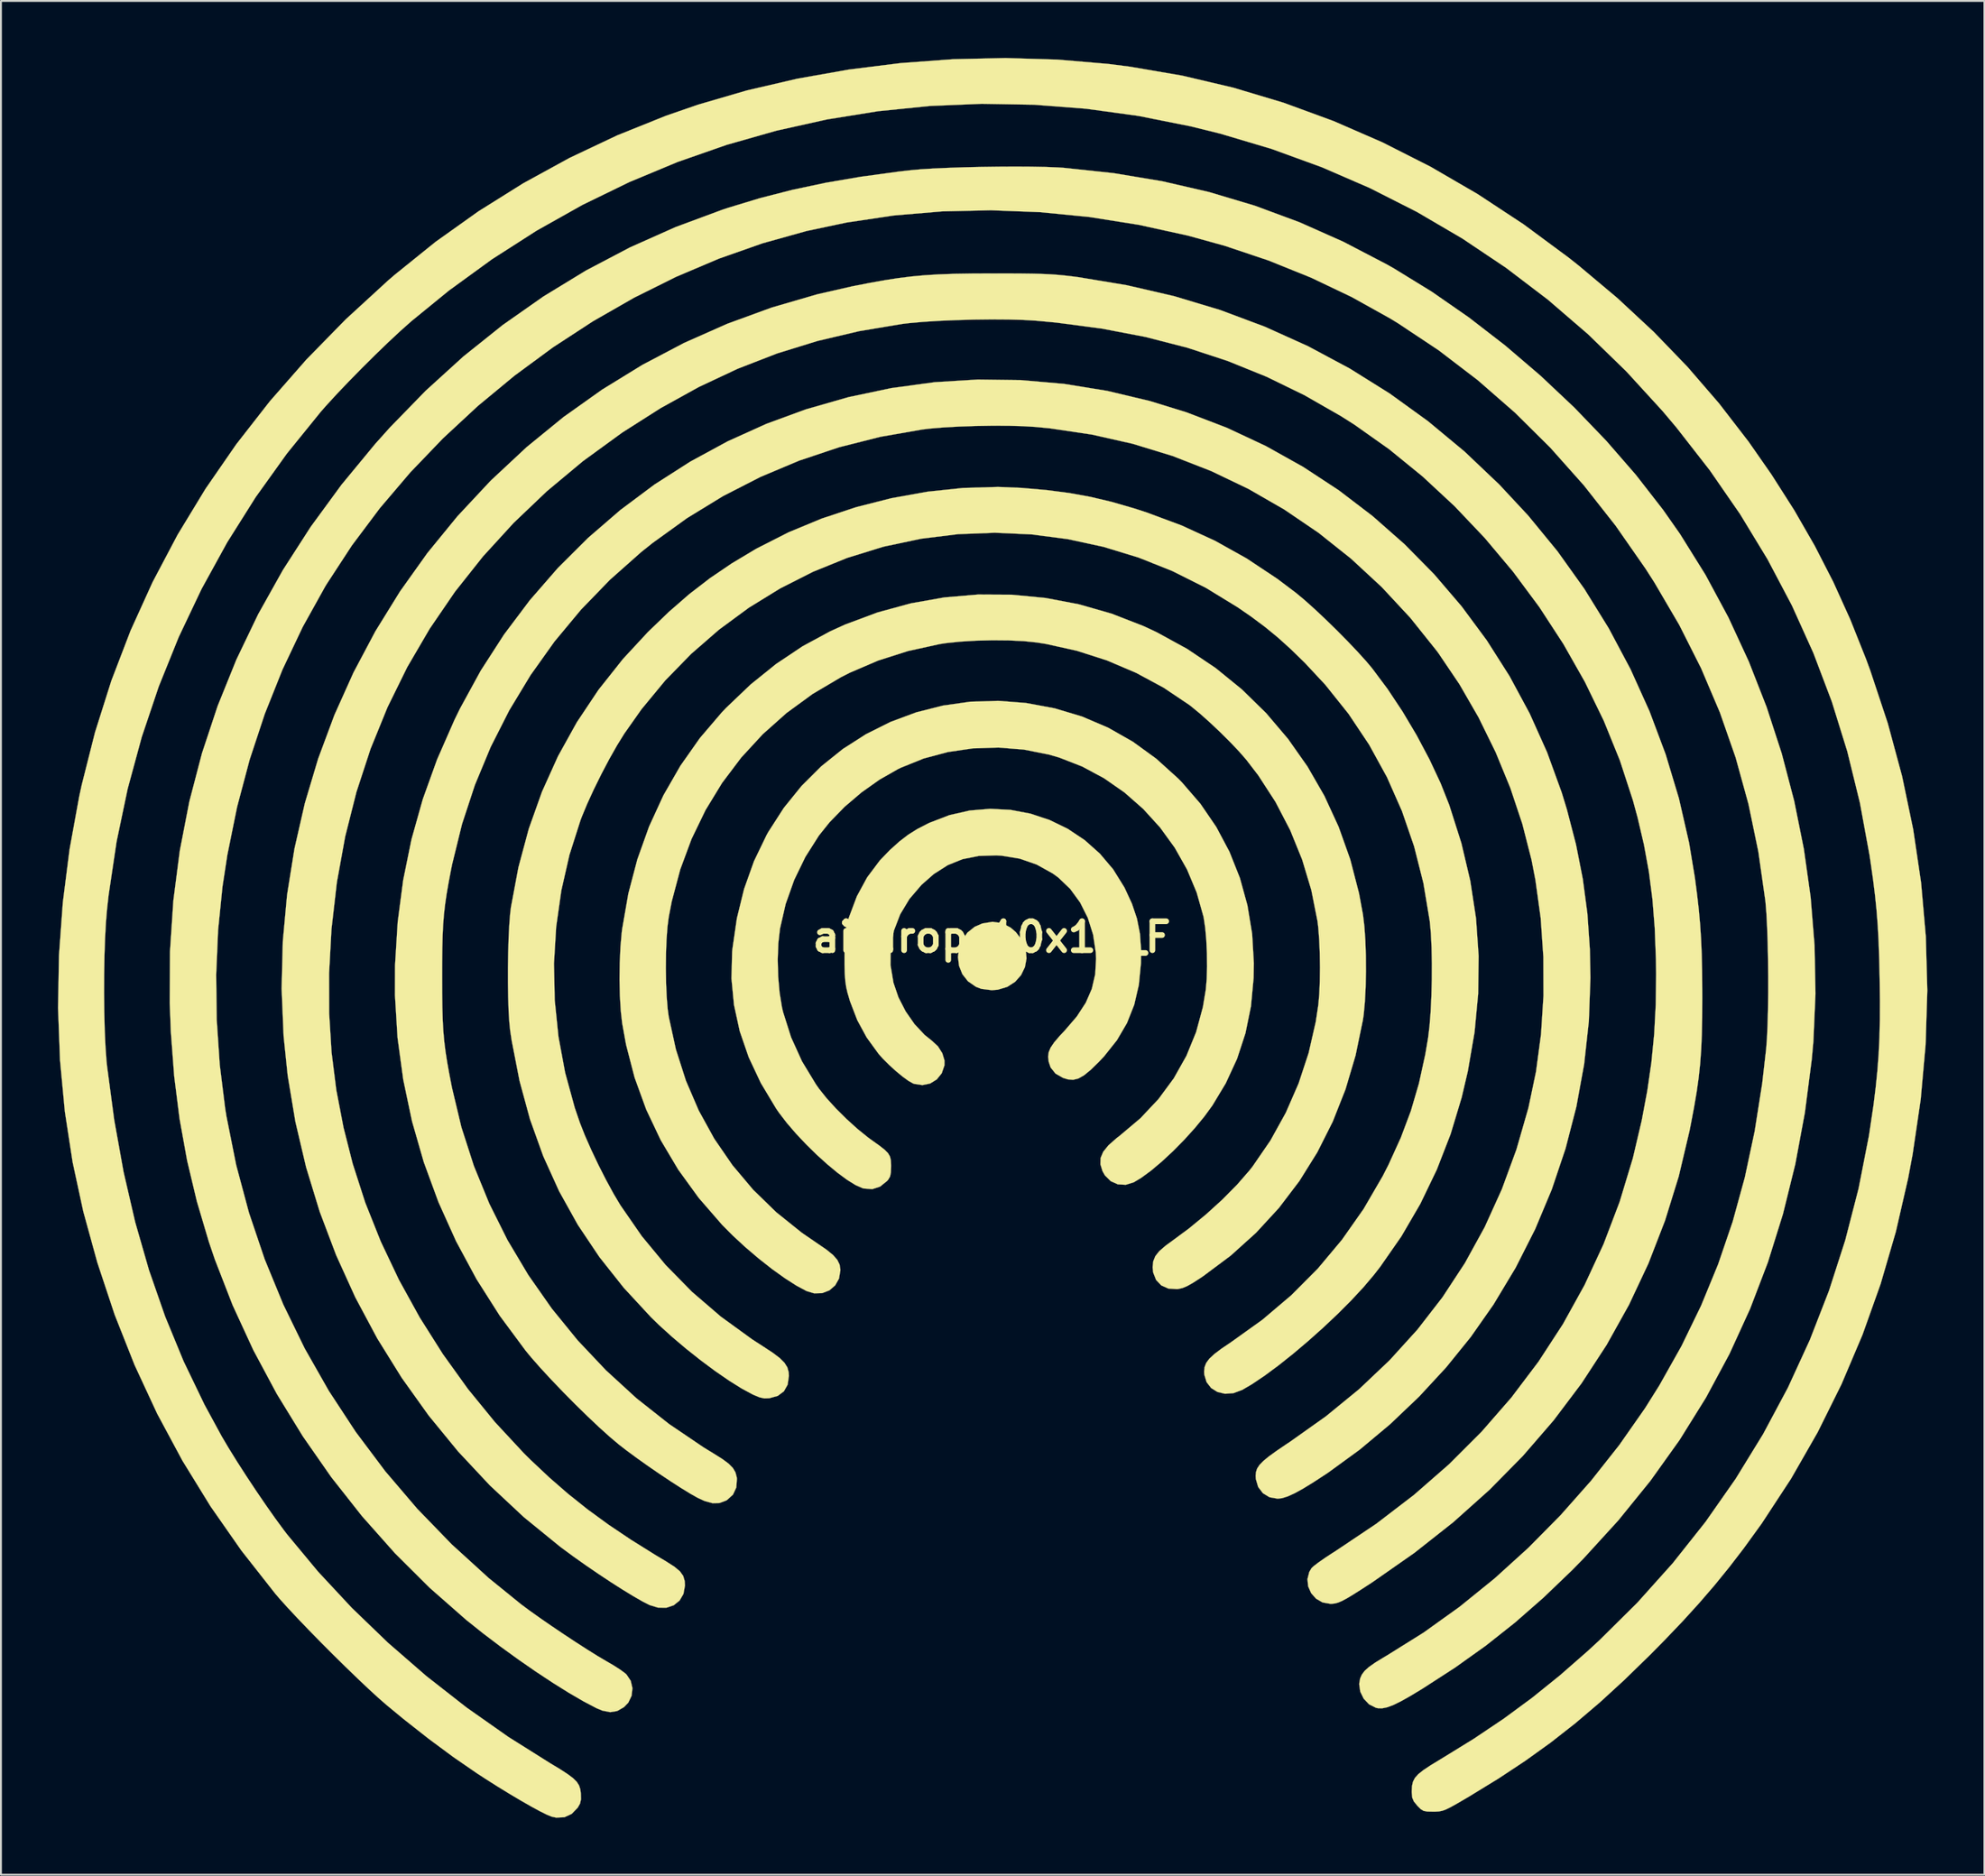
<source format=kicad_pcb>
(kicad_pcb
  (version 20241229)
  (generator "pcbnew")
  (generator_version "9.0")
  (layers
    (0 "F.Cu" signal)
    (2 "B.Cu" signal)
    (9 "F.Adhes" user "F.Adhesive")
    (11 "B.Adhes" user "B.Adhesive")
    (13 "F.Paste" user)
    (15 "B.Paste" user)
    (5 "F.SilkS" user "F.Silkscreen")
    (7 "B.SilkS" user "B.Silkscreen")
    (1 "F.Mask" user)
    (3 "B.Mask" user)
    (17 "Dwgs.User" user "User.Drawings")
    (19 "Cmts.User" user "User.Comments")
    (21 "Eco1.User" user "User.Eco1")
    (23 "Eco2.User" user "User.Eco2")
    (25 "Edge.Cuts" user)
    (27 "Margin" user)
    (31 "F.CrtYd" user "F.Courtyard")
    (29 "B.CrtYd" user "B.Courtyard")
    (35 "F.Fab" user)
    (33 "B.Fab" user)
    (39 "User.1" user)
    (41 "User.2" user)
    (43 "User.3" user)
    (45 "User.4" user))
  (footprint "airdrop_10x10_F"
    (layer "F.Cu")
    (at 49.117 46.259)
    (property "Reference" "airdrop_10x10_F" (at 0 0 0) (layer "F.SilkS") (effects (font (size 1.524 1.524) (thickness 0.3))))
    (attr through_hole)
    (fp_poly (pts (xy 0.537 -0.736) (xy 0.99 -0.503) (xy 1.27 -0.262) (xy 1.604 0.174) (xy 1.788 0.642) (xy 1.833 1.119) (xy 1.748 1.578) (xy 1.545 1.998) (xy 1.233 2.351) (xy 0.822 2.616) (xy 0.322 2.767) (xy 0 2.792) (xy -0.545 2.722) (xy -0.829 2.614) (xy -1.247 2.324) (xy -1.542 1.949) (xy -1.716 1.515) (xy -1.774 1.052) (xy -1.717 0.587) (xy -1.549 0.147) (xy -1.273 -0.24) (xy -0.89 -0.545) (xy -0.492 -0.717) (xy 0.047 -0.806) (xy 0.537 -0.736)) (stroke (width 0.01) (type solid)) (fill yes) (layer "F.SilkS"))
    (fp_poly (pts (xy 0.991 -6.695) (xy 2.039 -6.497) (xy 3.048 -6.162) (xy 4.003 -5.697) (xy 4.889 -5.106) (xy 5.689 -4.394) (xy 6.389 -3.567) (xy 6.971 -2.63) (xy 6.998 -2.579) (xy 7.377 -1.759) (xy 7.64 -0.979) (xy 7.797 -0.187) (xy 7.859 0.667) (xy 7.851 1.376) (xy 7.74 2.516) (xy 7.498 3.558) (xy 7.117 4.52) (xy 6.59 5.421) (xy 5.908 6.278) (xy 5.63 6.573) (xy 5.209 6.983) (xy 4.862 7.267) (xy 4.563 7.438) (xy 4.286 7.507) (xy 4.006 7.485) (xy 3.756 7.408) (xy 3.359 7.182) (xy 3.101 6.86) (xy 3 6.56) (xy 2.97 6.297) (xy 2.999 6.058) (xy 3.101 5.814) (xy 3.29 5.536) (xy 3.581 5.196) (xy 3.851 4.908) (xy 4.478 4.178) (xy 4.948 3.457) (xy 5.268 2.723) (xy 5.446 1.955) (xy 5.492 1.132) (xy 5.477 0.805) (xy 5.336 -0.132) (xy 5.056 -1.015) (xy 4.651 -1.823) (xy 4.13 -2.537) (xy 3.505 -3.135) (xy 3.208 -3.351) (xy 2.363 -3.82) (xy 1.474 -4.129) (xy 0.523 -4.284) (xy 0.248 -4.301) (xy -0.683 -4.272) (xy -1.53 -4.103) (xy -2.312 -3.787) (xy -3.048 -3.317) (xy -3.689 -2.754) (xy -4.327 -2.009) (xy -4.813 -1.202) (xy -5.143 -0.345) (xy -5.314 0.55) (xy -5.323 1.472) (xy -5.167 2.404) (xy -4.905 3.17) (xy -4.526 3.908) (xy -4.058 4.581) (xy -3.524 5.15) (xy -3.145 5.453) (xy -2.827 5.748) (xy -2.598 6.109) (xy -2.483 6.49) (xy -2.484 6.745) (xy -2.628 7.164) (xy -2.891 7.489) (xy -3.24 7.703) (xy -3.645 7.786) (xy -4.074 7.722) (xy -4.143 7.696) (xy -4.376 7.565) (xy -4.686 7.339) (xy -5.039 7.048) (xy -5.397 6.722) (xy -5.727 6.393) (xy -5.951 6.14) (xy -6.576 5.28) (xy -7.07 4.37) (xy -7.455 3.368) (xy -7.586 2.921) (xy -7.654 2.626) (xy -7.7 2.308) (xy -7.728 1.928) (xy -7.74 1.447) (xy -7.741 1.016) (xy -7.736 0.489) (xy -7.723 0.089) (xy -7.696 -0.227) (xy -7.652 -0.502) (xy -7.585 -0.778) (xy -7.508 -1.04) (xy -7.091 -2.148) (xy -6.551 -3.143) (xy -5.883 -4.034) (xy -5.353 -4.584) (xy -4.852 -5.034) (xy -4.392 -5.388) (xy -3.913 -5.688) (xy -3.356 -5.975) (xy -3.265 -6.018) (xy -2.223 -6.418) (xy -1.155 -6.661) (xy -0.079 -6.751) (xy 0.991 -6.695)) (stroke (width 0.01) (type solid)) (fill yes) (layer "F.SilkS"))
    (fp_poly (pts (xy 1.795 -12.32) (xy 3.313 -12.038) (xy 4.757 -11.605) (xy 6.128 -11.019) (xy 7.427 -10.28) (xy 8.655 -9.388) (xy 9.813 -8.341) (xy 10.005 -8.145) (xy 10.979 -7.017) (xy 11.814 -5.796) (xy 12.507 -4.492) (xy 13.055 -3.115) (xy 13.453 -1.672) (xy 13.7 -0.173) (xy 13.79 1.372) (xy 13.777 2.151) (xy 13.638 3.639) (xy 13.35 5.051) (xy 12.909 6.398) (xy 12.313 7.689) (xy 11.613 8.852) (xy 11.187 9.437) (xy 10.683 10.049) (xy 10.126 10.665) (xy 9.541 11.259) (xy 8.952 11.806) (xy 8.386 12.283) (xy 7.867 12.665) (xy 7.476 12.899) (xy 7.052 13.032) (xy 6.636 13.008) (xy 6.261 12.84) (xy 5.958 12.539) (xy 5.83 12.313) (xy 5.721 11.955) (xy 5.73 11.622) (xy 5.868 11.294) (xy 6.144 10.953) (xy 6.567 10.58) (xy 6.731 10.454) (xy 7.823 9.533) (xy 8.774 8.522) (xy 9.582 7.426) (xy 10.243 6.25) (xy 10.754 5) (xy 11.111 3.681) (xy 11.264 2.761) (xy 11.312 2.201) (xy 11.331 1.546) (xy 11.323 0.847) (xy 11.29 0.154) (xy 11.234 -0.481) (xy 11.156 -1.008) (xy 11.14 -1.087) (xy 10.783 -2.35) (xy 10.276 -3.561) (xy 9.63 -4.705) (xy 8.858 -5.77) (xy 7.973 -6.743) (xy 6.987 -7.61) (xy 5.912 -8.359) (xy 4.761 -8.977) (xy 3.546 -9.451) (xy 3.006 -9.607) (xy 1.685 -9.868) (xy 0.345 -9.975) (xy -0.994 -9.931) (xy -2.309 -9.738) (xy -3.58 -9.398) (xy -4.783 -8.912) (xy -4.929 -8.841) (xy -5.898 -8.288) (xy -6.846 -7.617) (xy -7.735 -6.859) (xy -8.526 -6.047) (xy -9.088 -5.346) (xy -9.802 -4.22) (xy -10.39 -3.007) (xy -10.839 -1.742) (xy -11.134 -0.459) (xy -11.138 -0.435) (xy -11.225 0.331) (xy -11.256 1.185) (xy -11.233 2.068) (xy -11.158 2.923) (xy -11.033 3.693) (xy -10.976 3.937) (xy -10.553 5.272) (xy -9.978 6.538) (xy -9.246 7.746) (xy -9.083 7.978) (xy -8.686 8.476) (xy -8.188 9.023) (xy -7.629 9.578) (xy -7.053 10.099) (xy -6.501 10.545) (xy -6.305 10.688) (xy -5.909 10.97) (xy -5.632 11.188) (xy -5.453 11.37) (xy -5.351 11.545) (xy -5.304 11.742) (xy -5.292 11.991) (xy -5.292 12.067) (xy -5.303 12.386) (xy -5.346 12.596) (xy -5.44 12.757) (xy -5.503 12.831) (xy -5.873 13.128) (xy -6.28 13.26) (xy -6.725 13.227) (xy -6.796 13.208) (xy -7.159 13.048) (xy -7.603 12.773) (xy -8.107 12.401) (xy -8.648 11.952) (xy -9.207 11.446) (xy -9.761 10.902) (xy -10.291 10.34) (xy -10.774 9.779) (xy -11.189 9.238) (xy -11.336 9.025) (xy -12.144 7.677) (xy -12.783 6.317) (xy -13.254 4.947) (xy -13.555 3.566) (xy -13.688 2.175) (xy -13.652 0.774) (xy -13.639 0.635) (xy -13.404 -0.987) (xy -13.024 -2.534) (xy -12.502 -3.998) (xy -11.84 -5.371) (xy -11.751 -5.53) (xy -10.936 -6.798) (xy -10.003 -7.952) (xy -8.964 -8.988) (xy -7.829 -9.899) (xy -6.611 -10.679) (xy -5.32 -11.324) (xy -3.967 -11.827) (xy -2.563 -12.183) (xy -1.121 -12.387) (xy 0.35 -12.432) (xy 1.795 -12.32)) (stroke (width 0.01) (type solid)) (fill yes) (layer "F.SilkS"))
    (fp_poly (pts (xy 1.064 -18.015) (xy 2.833 -17.845) (xy 4.582 -17.513) (xy 6.302 -17.021) (xy 7.98 -16.369) (xy 8.678 -16.043) (xy 10.283 -15.164) (xy 11.781 -14.157) (xy 13.168 -13.028) (xy 14.438 -11.784) (xy 15.586 -10.432) (xy 16.608 -8.98) (xy 17.498 -7.435) (xy 18.25 -5.803) (xy 18.86 -4.092) (xy 19.322 -2.309) (xy 19.53 -1.182) (xy 19.604 -0.569) (xy 19.655 0.164) (xy 19.683 0.971) (xy 19.688 1.81) (xy 19.671 2.635) (xy 19.631 3.403) (xy 19.569 4.069) (xy 19.527 4.36) (xy 19.141 6.225) (xy 18.611 8.01) (xy 17.939 9.71) (xy 17.129 11.32) (xy 16.184 12.835) (xy 15.108 14.25) (xy 13.902 15.56) (xy 12.571 16.76) (xy 11.118 17.844) (xy 10.986 17.933) (xy 10.587 18.19) (xy 10.284 18.361) (xy 10.041 18.463) (xy 9.82 18.513) (xy 9.752 18.521) (xy 9.297 18.493) (xy 8.922 18.326) (xy 8.648 18.037) (xy 8.494 17.645) (xy 8.467 17.37) (xy 8.498 17.06) (xy 8.607 16.789) (xy 8.815 16.525) (xy 9.142 16.242) (xy 9.44 16.024) (xy 10.372 15.335) (xy 11.283 14.585) (xy 12.14 13.805) (xy 12.913 13.022) (xy 13.57 12.267) (xy 13.728 12.065) (xy 14.665 10.701) (xy 15.474 9.238) (xy 16.146 7.697) (xy 16.673 6.099) (xy 17.047 4.465) (xy 17.184 3.558) (xy 17.233 3.002) (xy 17.261 2.331) (xy 17.27 1.596) (xy 17.259 0.846) (xy 17.229 0.133) (xy 17.181 -0.496) (xy 17.14 -0.836) (xy 16.816 -2.47) (xy 16.334 -4.074) (xy 15.702 -5.63) (xy 14.929 -7.116) (xy 14.023 -8.513) (xy 13.39 -9.338) (xy 13.009 -9.774) (xy 12.537 -10.271) (xy 12.011 -10.793) (xy 11.47 -11.304) (xy 10.951 -11.766) (xy 10.493 -12.143) (xy 10.389 -12.223) (xy 9.043 -13.126) (xy 7.594 -13.907) (xy 6.065 -14.558) (xy 4.48 -15.067) (xy 2.863 -15.426) (xy 2.371 -15.504) (xy 1.697 -15.574) (xy 0.907 -15.612) (xy 0.052 -15.62) (xy -0.816 -15.599) (xy -1.648 -15.549) (xy -2.392 -15.472) (xy -2.744 -15.418) (xy -4.405 -15.052) (xy -5.971 -14.553) (xy -7.457 -13.916) (xy -7.935 -13.673) (xy -9.42 -12.795) (xy -10.792 -11.793) (xy -12.046 -10.675) (xy -13.178 -9.446) (xy -14.182 -8.114) (xy -15.054 -6.684) (xy -15.789 -5.165) (xy -16.383 -3.562) (xy -16.83 -1.882) (xy -16.989 -1.058) (xy -17.057 -0.529) (xy -17.105 0.126) (xy -17.133 0.863) (xy -17.141 1.639) (xy -17.129 2.411) (xy -17.097 3.136) (xy -17.046 3.771) (xy -16.989 4.191) (xy -16.612 5.912) (xy -16.084 7.559) (xy -15.41 9.127) (xy -14.594 10.609) (xy -13.639 11.999) (xy -12.55 13.292) (xy -11.329 14.481) (xy -9.982 15.561) (xy -9.162 16.123) (xy -8.685 16.45) (xy -8.344 16.729) (xy -8.122 16.982) (xy -8 17.232) (xy -7.959 17.499) (xy -7.959 17.526) (xy -8.032 17.967) (xy -8.235 18.326) (xy -8.538 18.587) (xy -8.914 18.731) (xy -9.337 18.743) (xy -9.737 18.624) (xy -10.274 18.336) (xy -10.892 17.939) (xy -11.563 17.457) (xy -12.259 16.909) (xy -12.953 16.318) (xy -13.616 15.706) (xy -14.181 15.137) (xy -15.41 13.721) (xy -16.486 12.237) (xy -17.408 10.685) (xy -18.174 9.069) (xy -18.783 7.391) (xy -19.234 5.653) (xy -19.437 4.53) (xy -19.511 3.865) (xy -19.558 3.082) (xy -19.576 2.23) (xy -19.565 1.359) (xy -19.527 0.518) (xy -19.46 -0.245) (xy -19.438 -0.423) (xy -19.113 -2.289) (xy -18.64 -4.088) (xy -18.023 -5.815) (xy -17.267 -7.461) (xy -16.373 -9.017) (xy -15.348 -10.475) (xy -14.193 -11.828) (xy -13.976 -12.056) (xy -12.678 -13.295) (xy -11.337 -14.375) (xy -9.944 -15.306) (xy -8.484 -16.096) (xy -7.705 -16.449) (xy -5.996 -17.086) (xy -4.255 -17.561) (xy -2.491 -17.874) (xy -0.714 -18.025) (xy 1.064 -18.015)) (stroke (width 0.01) (type solid)) (fill yes) (layer "F.SilkS"))
    (fp_poly (pts (xy 1.586 -23.636) (xy 2.885 -23.522) (xy 4.069 -23.369) (xy 5.192 -23.166) (xy 6.305 -22.902) (xy 7.462 -22.568) (xy 8.128 -22.353) (xy 9.992 -21.66) (xy 11.745 -20.855) (xy 13.414 -19.923) (xy 15.029 -18.849) (xy 16.002 -18.115) (xy 16.452 -17.741) (xy 16.978 -17.27) (xy 17.552 -16.731) (xy 18.141 -16.156) (xy 18.717 -15.573) (xy 19.249 -15.013) (xy 19.707 -14.506) (xy 20.015 -14.139) (xy 20.823 -13.057) (xy 21.611 -11.87) (xy 22.354 -10.62) (xy 23.03 -9.347) (xy 23.616 -8.094) (xy 24.072 -6.943) (xy 24.706 -4.948) (xy 25.174 -2.967) (xy 25.477 -0.99) (xy 25.615 0.991) (xy 25.59 2.986) (xy 25.4 5.003) (xy 25.047 7.053) (xy 24.722 8.439) (xy 24.142 10.362) (xy 23.415 12.232) (xy 22.548 14.033) (xy 21.55 15.746) (xy 20.431 17.354) (xy 20.099 17.78) (xy 19.554 18.424) (xy 18.913 19.113) (xy 18.2 19.828) (xy 17.438 20.547) (xy 16.649 21.252) (xy 15.856 21.923) (xy 15.082 22.539) (xy 14.35 23.081) (xy 13.682 23.529) (xy 13.174 23.826) (xy 12.716 23.995) (xy 12.275 24.027) (xy 11.875 23.932) (xy 11.544 23.725) (xy 11.305 23.417) (xy 11.185 23.02) (xy 11.176 22.861) (xy 11.201 22.623) (xy 11.286 22.403) (xy 11.45 22.182) (xy 11.711 21.94) (xy 12.085 21.657) (xy 12.589 21.316) (xy 14.237 20.137) (xy 15.761 18.844) (xy 17.158 17.44) (xy 18.425 15.927) (xy 19.563 14.307) (xy 20.567 12.581) (xy 20.874 11.98) (xy 21.523 10.554) (xy 22.053 9.142) (xy 22.476 7.699) (xy 22.81 6.174) (xy 22.959 5.292) (xy 23.033 4.676) (xy 23.091 3.934) (xy 23.131 3.108) (xy 23.153 2.239) (xy 23.156 1.37) (xy 23.14 0.543) (xy 23.104 -0.203) (xy 23.047 -0.823) (xy 23.044 -0.847) (xy 22.711 -2.842) (xy 22.223 -4.772) (xy 21.583 -6.632) (xy 20.794 -8.417) (xy 19.857 -10.123) (xy 18.774 -11.746) (xy 17.548 -13.28) (xy 16.468 -14.439) (xy 15.738 -15.15) (xy 15.057 -15.765) (xy 14.376 -16.324) (xy 13.646 -16.868) (xy 12.948 -17.35) (xy 11.272 -18.376) (xy 9.529 -19.25) (xy 7.729 -19.97) (xy 5.882 -20.535) (xy 3.999 -20.942) (xy 2.089 -21.191) (xy 0.162 -21.278) (xy -1.772 -21.203) (xy -3.702 -20.965) (xy -5.619 -20.56) (xy -5.748 -20.527) (xy -7.6 -19.954) (xy -9.395 -19.226) (xy -11.124 -18.35) (xy -12.776 -17.333) (xy -14.341 -16.181) (xy -15.81 -14.903) (xy -17.173 -13.505) (xy -18.42 -11.994) (xy -19.325 -10.71) (xy -19.707 -10.093) (xy -20.118 -9.367) (xy -20.533 -8.579) (xy -20.929 -7.777) (xy -21.282 -7.007) (xy -21.568 -6.317) (xy -21.631 -6.15) (xy -22.213 -4.326) (xy -22.64 -2.45) (xy -22.91 -0.54) (xy -23.026 1.39) (xy -22.986 3.323) (xy -22.79 5.244) (xy -22.438 7.136) (xy -21.931 8.985) (xy -21.662 9.771) (xy -21.399 10.438) (xy -21.065 11.195) (xy -20.686 11.993) (xy -20.285 12.781) (xy -19.888 13.51) (xy -19.531 14.109) (xy -18.406 15.736) (xy -17.151 17.254) (xy -15.766 18.665) (xy -14.25 19.968) (xy -12.604 21.163) (xy -12.001 21.553) (xy -11.505 21.879) (xy -11.144 22.154) (xy -10.899 22.4) (xy -10.75 22.639) (xy -10.68 22.892) (xy -10.668 23.088) (xy -10.734 23.548) (xy -10.931 23.899) (xy -11.254 24.139) (xy -11.7 24.263) (xy -11.705 24.263) (xy -11.96 24.271) (xy -12.216 24.215) (xy -12.538 24.08) (xy -12.573 24.063) (xy -13.154 23.75) (xy -13.821 23.332) (xy -14.547 22.831) (xy -15.306 22.267) (xy -16.069 21.662) (xy -16.809 21.036) (xy -17.5 20.41) (xy -17.92 20.001) (xy -19.355 18.449) (xy -20.637 16.83) (xy -21.769 15.139) (xy -22.753 13.372) (xy -23.59 11.524) (xy -24.284 9.591) (xy -24.835 7.568) (xy -25.248 5.45) (xy -25.329 4.911) (xy -25.376 4.45) (xy -25.412 3.856) (xy -25.435 3.16) (xy -25.446 2.399) (xy -25.446 1.605) (xy -25.434 0.814) (xy -25.411 0.059) (xy -25.377 -0.625) (xy -25.332 -1.204) (xy -25.289 -1.566) (xy -24.895 -3.671) (xy -24.35 -5.698) (xy -23.656 -7.647) (xy -22.813 -9.517) (xy -21.821 -11.305) (xy -20.682 -13.012) (xy -19.395 -14.635) (xy -18.08 -16.055) (xy -16.978 -17.116) (xy -15.903 -18.051) (xy -14.814 -18.89) (xy -13.673 -19.664) (xy -12.441 -20.402) (xy -12.34 -20.459) (xy -10.685 -21.3) (xy -8.938 -22.024) (xy -7.123 -22.625) (xy -5.264 -23.097) (xy -3.384 -23.435) (xy -1.509 -23.634) (xy 0.337 -23.687) (xy 1.586 -23.636)) (stroke (width 0.01) (type solid)) (fill yes) (layer "F.SilkS"))
    (fp_poly (pts (xy 1.542 -29.307) (xy 3.811 -29.109) (xy 6.073 -28.742) (xy 8.326 -28.206) (xy 10.245 -27.614) (xy 12.371 -26.8) (xy 14.419 -25.84) (xy 16.384 -24.741) (xy 18.258 -23.511) (xy 20.035 -22.155) (xy 21.708 -20.681) (xy 23.272 -19.095) (xy 24.719 -17.404) (xy 26.043 -15.614) (xy 27.239 -13.733) (xy 28.299 -11.767) (xy 29.216 -9.723) (xy 29.985 -7.607) (xy 30.253 -6.731) (xy 30.735 -4.88) (xy 31.093 -3.066) (xy 31.335 -1.244) (xy 31.466 0.633) (xy 31.496 2.137) (xy 31.413 4.423) (xy 31.164 6.69) (xy 30.755 8.927) (xy 30.186 11.126) (xy 29.463 13.276) (xy 28.587 15.368) (xy 27.563 17.392) (xy 26.393 19.338) (xy 25.2 21.04) (xy 23.905 22.64) (xy 22.482 24.179) (xy 20.957 25.631) (xy 19.358 26.968) (xy 17.714 28.166) (xy 17.593 28.247) (xy 16.93 28.68) (xy 16.384 29.016) (xy 15.937 29.262) (xy 15.575 29.427) (xy 15.281 29.52) (xy 15.043 29.548) (xy 14.615 29.472) (xy 14.267 29.259) (xy 14.019 28.933) (xy 13.896 28.517) (xy 13.886 28.345) (xy 13.903 28.147) (xy 13.965 27.961) (xy 14.088 27.774) (xy 14.288 27.567) (xy 14.58 27.326) (xy 14.981 27.036) (xy 15.506 26.679) (xy 15.695 26.554) (xy 17.585 25.213) (xy 19.331 23.784) (xy 20.933 22.265) (xy 22.394 20.655) (xy 23.714 18.951) (xy 24.894 17.152) (xy 25.935 15.258) (xy 26.838 13.266) (xy 27.605 11.175) (xy 28.236 8.984) (xy 28.236 8.983) (xy 28.634 7.085) (xy 28.898 5.111) (xy 29.027 3.088) (xy 29.021 1.043) (xy 28.881 -0.997) (xy 28.604 -3.005) (xy 28.399 -4.064) (xy 27.916 -5.954) (xy 27.282 -7.853) (xy 26.51 -9.731) (xy 25.614 -11.558) (xy 24.607 -13.304) (xy 23.503 -14.939) (xy 23.418 -15.055) (xy 22.022 -16.801) (xy 20.515 -18.422) (xy 18.903 -19.914) (xy 17.193 -21.275) (xy 15.392 -22.499) (xy 13.507 -23.584) (xy 11.546 -24.524) (xy 9.514 -25.317) (xy 7.419 -25.958) (xy 5.267 -26.444) (xy 3.066 -26.771) (xy 2.293 -26.846) (xy 1.64 -26.885) (xy 0.869 -26.906) (xy 0.025 -26.908) (xy -0.85 -26.894) (xy -1.714 -26.864) (xy -2.523 -26.819) (xy -3.235 -26.76) (xy -3.641 -26.712) (xy -5.853 -26.326) (xy -8.014 -25.779) (xy -10.119 -25.076) (xy -12.16 -24.217) (xy -14.131 -23.207) (xy -16.025 -22.048) (xy -17.836 -20.742) (xy -18.447 -20.254) (xy -20.087 -18.798) (xy -21.606 -17.229) (xy -22.997 -15.557) (xy -24.256 -13.789) (xy -25.377 -11.935) (xy -26.356 -10.004) (xy -27.187 -8.003) (xy -27.865 -5.942) (xy -28.384 -3.829) (xy -28.439 -3.556) (xy -28.568 -2.879) (xy -28.671 -2.284) (xy -28.751 -1.738) (xy -28.812 -1.209) (xy -28.855 -0.666) (xy -28.884 -0.075) (xy -28.901 0.596) (xy -28.909 1.38) (xy -28.91 2.074) (xy -28.908 2.961) (xy -28.898 3.712) (xy -28.879 4.359) (xy -28.847 4.936) (xy -28.799 5.475) (xy -28.733 6.011) (xy -28.645 6.575) (xy -28.533 7.2) (xy -28.394 7.916) (xy -27.896 10.003) (xy -27.239 12.042) (xy -26.428 14.024) (xy -25.472 15.941) (xy -24.374 17.784) (xy -23.14 19.547) (xy -21.778 21.22) (xy -20.291 22.795) (xy -18.687 24.265) (xy -16.971 25.62) (xy -15.149 26.854) (xy -14.647 27.161) (xy -14.176 27.456) (xy -13.839 27.706) (xy -13.614 27.934) (xy -13.479 28.164) (xy -13.412 28.42) (xy -13.402 28.508) (xy -13.435 28.959) (xy -13.61 29.335) (xy -13.918 29.615) (xy -13.975 29.648) (xy -14.323 29.777) (xy -14.688 29.785) (xy -15.104 29.67) (xy -15.467 29.502) (xy -15.847 29.288) (xy -16.33 28.992) (xy -16.885 28.635) (xy -17.482 28.237) (xy -18.088 27.82) (xy -18.673 27.404) (xy -19.206 27.011) (xy -19.6 26.706) (xy -20.077 26.305) (xy -20.636 25.802) (xy -21.25 25.222) (xy -21.893 24.593) (xy -22.538 23.941) (xy -23.158 23.294) (xy -23.727 22.678) (xy -24.219 22.119) (xy -24.516 21.759) (xy -25.879 19.918) (xy -27.099 17.997) (xy -28.173 16.004) (xy -29.099 13.949) (xy -29.873 11.841) (xy -30.492 9.689) (xy -30.953 7.502) (xy -31.254 5.289) (xy -31.39 3.06) (xy -31.386 1.482) (xy -31.246 -0.79) (xy -30.958 -2.993) (xy -30.52 -5.142) (xy -29.926 -7.255) (xy -29.173 -9.347) (xy -28.257 -11.434) (xy -27.969 -12.023) (xy -26.878 -14.019) (xy -25.651 -15.922) (xy -24.296 -17.725) (xy -22.82 -19.422) (xy -21.231 -21.006) (xy -19.535 -22.471) (xy -17.742 -23.811) (xy -15.857 -25.018) (xy -13.889 -26.087) (xy -11.845 -27.01) (xy -9.774 -27.769) (xy -7.525 -28.414) (xy -5.266 -28.89) (xy -3 -29.198) (xy -0.729 -29.337) (xy 1.542 -29.307)) (stroke (width 0.01) (type solid)) (fill yes) (layer "F.SilkS"))
    (fp_poly (pts (xy 0.884 -34.92) (xy 1.581 -34.916) (xy 2.162 -34.908) (xy 2.651 -34.895) (xy 3.075 -34.876) (xy 3.459 -34.849) (xy 3.83 -34.814) (xy 4.213 -34.77) (xy 4.53 -34.729) (xy 7.094 -34.304) (xy 9.59 -33.727) (xy 12.015 -32.998) (xy 14.366 -32.119) (xy 16.638 -31.093) (xy 18.828 -29.921) (xy 20.933 -28.605) (xy 22.949 -27.148) (xy 24.873 -25.55) (xy 26.701 -23.813) (xy 28.219 -22.183) (xy 29.762 -20.302) (xy 31.177 -18.321) (xy 32.458 -16.25) (xy 33.602 -14.101) (xy 34.602 -11.886) (xy 35.453 -9.616) (xy 36.15 -7.302) (xy 36.687 -4.956) (xy 36.989 -3.133) (xy 37.103 -2.26) (xy 37.194 -1.46) (xy 37.264 -0.694) (xy 37.315 0.076) (xy 37.35 0.887) (xy 37.37 1.777) (xy 37.378 2.783) (xy 37.379 3.217) (xy 37.374 4.24) (xy 37.356 5.132) (xy 37.321 5.931) (xy 37.267 6.673) (xy 37.189 7.398) (xy 37.084 8.143) (xy 36.948 8.945) (xy 36.778 9.843) (xy 36.706 10.202) (xy 36.14 12.594) (xy 35.42 14.916) (xy 34.547 17.169) (xy 33.523 19.348) (xy 32.349 21.453) (xy 31.026 23.481) (xy 29.556 25.431) (xy 27.94 27.3) (xy 26.18 29.086) (xy 24.277 30.788) (xy 22.232 32.402) (xy 20.048 33.928) (xy 19.981 33.972) (xy 19.438 34.325) (xy 19.013 34.595) (xy 18.685 34.792) (xy 18.431 34.928) (xy 18.231 35.013) (xy 18.062 35.06) (xy 17.903 35.078) (xy 17.813 35.08) (xy 17.404 35.007) (xy 17.062 34.809) (xy 16.805 34.517) (xy 16.649 34.164) (xy 16.611 33.781) (xy 16.708 33.401) (xy 16.826 33.203) (xy 16.949 33.089) (xy 17.187 32.907) (xy 17.512 32.68) (xy 17.895 32.427) (xy 18.109 32.291) (xy 20.228 30.871) (xy 22.211 29.352) (xy 24.059 27.738) (xy 25.768 26.029) (xy 27.337 24.229) (xy 28.765 22.339) (xy 30.051 20.363) (xy 31.191 18.302) (xy 32.186 16.158) (xy 33.032 13.935) (xy 33.729 11.633) (xy 34.195 9.652) (xy 34.488 8.091) (xy 34.705 6.588) (xy 34.852 5.093) (xy 34.933 3.559) (xy 34.953 1.936) (xy 34.942 1.154) (xy 34.88 -0.478) (xy 34.759 -1.994) (xy 34.573 -3.438) (xy 34.315 -4.855) (xy 33.979 -6.291) (xy 33.732 -7.197) (xy 33.045 -9.301) (xy 32.2 -11.383) (xy 31.205 -13.43) (xy 30.071 -15.429) (xy 28.809 -17.366) (xy 27.427 -19.229) (xy 25.936 -21.004) (xy 24.347 -22.678) (xy 22.668 -24.238) (xy 20.91 -25.671) (xy 19.084 -26.963) (xy 18.376 -27.413) (xy 16.443 -28.52) (xy 14.459 -29.486) (xy 12.413 -30.316) (xy 10.295 -31.012) (xy 8.093 -31.579) (xy 5.796 -32.019) (xy 3.393 -32.337) (xy 2.328 -32.436) (xy 1.66 -32.476) (xy 0.867 -32.497) (xy -0.011 -32.503) (xy -0.937 -32.492) (xy -1.87 -32.466) (xy -2.774 -32.427) (xy -3.608 -32.374) (xy -4.335 -32.309) (xy -4.699 -32.266) (xy -6.969 -31.886) (xy -9.159 -31.37) (xy -11.285 -30.713) (xy -13.36 -29.908) (xy -15.398 -28.951) (xy -17.414 -27.836) (xy -19.422 -26.558) (xy -19.473 -26.522) (xy -21.502 -25.045) (xy -23.393 -23.469) (xy -25.147 -21.797) (xy -26.76 -20.032) (xy -28.232 -18.176) (xy -29.561 -16.232) (xy -30.746 -14.204) (xy -31.784 -12.093) (xy -32.675 -9.904) (xy -33.417 -7.638) (xy -34.008 -5.299) (xy -34.446 -2.89) (xy -34.731 -0.413) (xy -34.856 1.905) (xy -34.852 4.022) (xy -34.727 6.055) (xy -34.477 8.044) (xy -34.095 10.029) (xy -33.613 11.928) (xy -32.954 13.972) (xy -32.139 16.015) (xy -31.18 18.037) (xy -30.087 20.018) (xy -28.872 21.94) (xy -27.549 23.782) (xy -26.127 25.524) (xy -24.619 27.148) (xy -24.247 27.517) (xy -23.26 28.445) (xy -22.27 29.305) (xy -21.247 30.121) (xy -20.161 30.913) (xy -18.984 31.704) (xy -17.686 32.515) (xy -17.11 32.86) (xy -16.686 33.131) (xy -16.399 33.373) (xy -16.227 33.614) (xy -16.148 33.884) (xy -16.135 34.119) (xy -16.214 34.559) (xy -16.419 34.909) (xy -16.726 35.156) (xy -17.11 35.285) (xy -17.547 35.283) (xy -17.992 35.147) (xy -18.365 34.957) (xy -18.847 34.68) (xy -19.414 34.334) (xy -20.039 33.935) (xy -20.697 33.499) (xy -21.362 33.044) (xy -22.01 32.585) (xy -22.615 32.14) (xy -22.711 32.067) (xy -24.612 30.518) (xy -26.399 28.847) (xy -28.068 27.063) (xy -29.614 25.175) (xy -31.032 23.19) (xy -32.32 21.117) (xy -33.471 18.963) (xy -34.482 16.737) (xy -35.348 14.448) (xy -36.065 12.103) (xy -36.628 9.71) (xy -37.033 7.277) (xy -37.248 5.202) (xy -37.352 2.709) (xy -37.29 0.23) (xy -37.064 -2.226) (xy -36.676 -4.653) (xy -36.13 -7.044) (xy -35.429 -9.39) (xy -34.575 -11.686) (xy -33.57 -13.923) (xy -32.418 -16.095) (xy -31.12 -18.194) (xy -29.681 -20.213) (xy -28.102 -22.145) (xy -26.386 -23.983) (xy -26.308 -24.061) (xy -24.466 -25.78) (xy -22.526 -27.363) (xy -20.494 -28.807) (xy -18.377 -30.109) (xy -16.18 -31.265) (xy -13.911 -32.271) (xy -11.575 -33.125) (xy -9.178 -33.823) (xy -7.332 -34.244) (xy -6.444 -34.418) (xy -5.651 -34.56) (xy -4.92 -34.674) (xy -4.218 -34.762) (xy -3.512 -34.827) (xy -2.769 -34.872) (xy -1.957 -34.901) (xy -1.042 -34.916) (xy 0.008 -34.921) (xy 0.042 -34.921) (xy 0.884 -34.92)) (stroke (width 0.01) (type solid)) (fill yes) (layer "F.SilkS"))
    (fp_poly (pts (xy 2.071 -40.538) (xy 2.818 -40.524) (xy 3.45 -40.499) (xy 3.779 -40.479) (xy 6.412 -40.198) (xy 8.961 -39.774) (xy 11.434 -39.204) (xy 13.842 -38.485) (xy 16.196 -37.613) (xy 18.503 -36.586) (xy 20.776 -35.401) (xy 21.179 -35.172) (xy 23.15 -33.96) (xy 25.101 -32.606) (xy 27.014 -31.127) (xy 28.868 -29.541) (xy 30.644 -27.867) (xy 32.323 -26.121) (xy 33.885 -24.324) (xy 35.31 -22.492) (xy 36.21 -21.209) (xy 37.546 -19.065) (xy 38.752 -16.824) (xy 39.826 -14.501) (xy 40.763 -12.107) (xy 41.56 -9.658) (xy 42.214 -7.164) (xy 42.722 -4.641) (xy 43.08 -2.101) (xy 43.285 0.442) (xy 43.334 2.976) (xy 43.224 5.486) (xy 43.139 6.435) (xy 42.776 9.237) (xy 42.272 11.947) (xy 41.624 14.569) (xy 40.832 17.106) (xy 39.894 19.559) (xy 38.808 21.934) (xy 37.573 24.231) (xy 36.188 26.455) (xy 34.651 28.607) (xy 32.961 30.692) (xy 31.117 32.712) (xy 30.523 33.317) (xy 29.023 34.756) (xy 27.528 36.066) (xy 25.995 37.28) (xy 24.382 38.431) (xy 22.648 39.552) (xy 22.032 39.924) (xy 21.534 40.205) (xy 21.133 40.402) (xy 20.81 40.523) (xy 20.545 40.578) (xy 20.319 40.573) (xy 20.213 40.55) (xy 19.853 40.369) (xy 19.57 40.072) (xy 19.389 39.701) (xy 19.332 39.299) (xy 19.382 39.008) (xy 19.474 38.801) (xy 19.621 38.607) (xy 19.845 38.405) (xy 20.169 38.177) (xy 20.617 37.902) (xy 20.786 37.803) (xy 22.715 36.598) (xy 24.61 35.24) (xy 26.455 33.746) (xy 28.234 32.132) (xy 29.931 30.413) (xy 31.529 28.607) (xy 33.013 26.729) (xy 34.365 24.796) (xy 35.12 23.593) (xy 36.289 21.514) (xy 37.319 19.391) (xy 38.215 17.213) (xy 38.981 14.967) (xy 39.62 12.64) (xy 40.136 10.22) (xy 40.534 7.694) (xy 40.741 5.884) (xy 40.784 5.321) (xy 40.815 4.624) (xy 40.837 3.826) (xy 40.848 2.96) (xy 40.848 2.058) (xy 40.839 1.155) (xy 40.821 0.282) (xy 40.792 -0.528) (xy 40.755 -1.241) (xy 40.708 -1.825) (xy 40.697 -1.927) (xy 40.329 -4.503) (xy 39.81 -7.006) (xy 39.137 -9.444) (xy 38.307 -11.822) (xy 37.319 -14.147) (xy 36.17 -16.427) (xy 34.858 -18.667) (xy 34.395 -19.389) (xy 32.823 -21.646) (xy 31.154 -23.768) (xy 29.387 -25.753) (xy 27.525 -27.599) (xy 25.568 -29.307) (xy 23.519 -30.874) (xy 21.378 -32.298) (xy 20.961 -32.553) (xy 18.938 -33.68) (xy 16.801 -34.699) (xy 14.571 -35.599) (xy 12.269 -36.373) (xy 10.331 -36.91) (xy 7.744 -37.478) (xy 5.147 -37.89) (xy 2.549 -38.146) (xy -0.039 -38.245) (xy -2.605 -38.187) (xy -5.139 -37.973) (xy -7.63 -37.601) (xy -9.737 -37.155) (xy -12.049 -36.509) (xy -14.341 -35.703) (xy -16.6 -34.745) (xy -18.817 -33.642) (xy -20.979 -32.403) (xy -23.076 -31.035) (xy -25.096 -29.548) (xy -27.028 -27.95) (xy -28.862 -26.248) (xy -30.586 -24.451) (xy -32.188 -22.568) (xy -33.659 -20.605) (xy -34.986 -18.572) (xy -35.056 -18.457) (xy -36.244 -16.321) (xy -37.307 -14.079) (xy -38.239 -11.746) (xy -39.036 -9.334) (xy -39.694 -6.857) (xy -40.208 -4.328) (xy -40.464 -2.653) (xy -40.695 -0.37) (xy -40.796 1.98) (xy -40.767 4.356) (xy -40.608 6.717) (xy -40.321 9.025) (xy -40.254 9.44) (xy -39.743 11.995) (xy -39.072 14.499) (xy -38.246 16.946) (xy -37.267 19.329) (xy -36.14 21.642) (xy -34.868 23.88) (xy -33.455 26.036) (xy -31.904 28.104) (xy -30.22 30.078) (xy -28.405 31.952) (xy -26.465 33.72) (xy -24.765 35.099) (xy -24.318 35.432) (xy -23.773 35.82) (xy -23.161 36.243) (xy -22.516 36.678) (xy -21.871 37.104) (xy -21.258 37.498) (xy -20.711 37.839) (xy -20.262 38.104) (xy -20.205 38.136) (xy -19.855 38.342) (xy -19.536 38.548) (xy -19.295 38.725) (xy -19.214 38.796) (xy -18.989 39.131) (xy -18.899 39.519) (xy -18.943 39.917) (xy -19.116 40.281) (xy -19.346 40.518) (xy -19.702 40.721) (xy -20.07 40.781) (xy -20.483 40.699) (xy -20.786 40.572) (xy -21.46 40.219) (xy -22.234 39.769) (xy -23.083 39.238) (xy -23.984 38.643) (xy -24.91 38.001) (xy -25.838 37.329) (xy -26.742 36.644) (xy -27.598 35.961) (xy -27.644 35.924) (xy -29.566 34.235) (xy -31.395 32.413) (xy -33.122 30.468) (xy -34.739 28.416) (xy -36.236 26.266) (xy -37.606 24.033) (xy -38.84 21.729) (xy -39.929 19.366) (xy -40.865 16.957) (xy -41.179 16.032) (xy -41.811 13.902) (xy -42.323 11.755) (xy -42.719 9.565) (xy -43.004 7.307) (xy -43.181 4.955) (xy -43.237 3.471) (xy -43.224 0.755) (xy -43.047 -1.92) (xy -42.707 -4.551) (xy -42.205 -7.137) (xy -41.541 -9.676) (xy -40.716 -12.165) (xy -39.731 -14.602) (xy -38.587 -16.986) (xy -37.284 -19.315) (xy -35.824 -21.585) (xy -34.206 -23.797) (xy -32.433 -25.946) (xy -31.655 -26.815) (xy -29.772 -28.75) (xy -27.797 -30.546) (xy -25.731 -32.2) (xy -23.579 -33.71) (xy -21.343 -35.074) (xy -19.026 -36.292) (xy -16.631 -37.36) (xy -14.161 -38.276) (xy -13.843 -38.381) (xy -12.188 -38.883) (xy -10.496 -39.317) (xy -8.736 -39.691) (xy -6.88 -40.009) (xy -4.897 -40.279) (xy -4.276 -40.351) (xy -3.742 -40.399) (xy -3.071 -40.441) (xy -2.294 -40.476) (xy -1.443 -40.505) (xy -0.549 -40.525) (xy 0.355 -40.538) (xy 1.239 -40.543) (xy 2.071 -40.538)) (stroke (width 0.01) (type solid)) (fill yes) (layer "F.SilkS"))
    (fp_poly (pts (xy 3.451 -46.173) (xy 6.122 -45.946) (xy 7.281 -45.798) (xy 10.012 -45.33) (xy 12.707 -44.696) (xy 15.365 -43.899) (xy 17.982 -42.939) (xy 20.555 -41.818) (xy 23.082 -40.538) (xy 25.559 -39.099) (xy 27.984 -37.502) (xy 30.353 -35.75) (xy 30.863 -35.346) (xy 32.92 -33.619) (xy 34.826 -31.846) (xy 36.599 -30.008) (xy 38.257 -28.088) (xy 39.817 -26.066) (xy 41.018 -24.342) (xy 42.219 -22.458) (xy 43.296 -20.587) (xy 44.27 -18.688) (xy 45.162 -16.717) (xy 45.993 -14.634) (xy 46.215 -14.03) (xy 47.137 -11.252) (xy 47.891 -8.464) (xy 48.475 -5.666) (xy 48.891 -2.856) (xy 49.138 -0.031) (xy 49.217 2.808) (xy 49.127 5.664) (xy 48.87 8.538) (xy 48.444 11.433) (xy 48.206 12.698) (xy 47.561 15.505) (xy 46.761 18.248) (xy 45.808 20.922) (xy 44.703 23.525) (xy 43.45 26.051) (xy 42.049 28.497) (xy 40.503 30.857) (xy 39.56 32.16) (xy 38.795 33.155) (xy 38.023 34.105) (xy 37.216 35.041) (xy 36.349 35.995) (xy 35.392 36.997) (xy 34.632 37.767) (xy 33.284 39.081) (xy 31.986 40.271) (xy 30.706 41.36) (xy 29.414 42.373) (xy 28.078 43.334) (xy 26.667 44.268) (xy 25.149 45.198) (xy 24.896 45.348) (xy 24.46 45.602) (xy 24.137 45.782) (xy 23.896 45.9) (xy 23.704 45.97) (xy 23.53 46.004) (xy 23.341 46.015) (xy 23.217 46.016) (xy 22.916 46.01) (xy 22.722 45.975) (xy 22.574 45.887) (xy 22.41 45.724) (xy 22.388 45.7) (xy 22.21 45.482) (xy 22.124 45.283) (xy 22.099 45.02) (xy 22.098 44.938) (xy 22.111 44.67) (xy 22.16 44.445) (xy 22.264 44.242) (xy 22.442 44.043) (xy 22.712 43.828) (xy 23.093 43.575) (xy 23.602 43.265) (xy 23.677 43.22) (xy 25.365 42.18) (xy 26.934 41.126) (xy 28.426 40.028) (xy 29.885 38.852) (xy 31.353 37.567) (xy 31.962 37.006) (xy 33.959 35.028) (xy 35.822 32.949) (xy 37.549 30.772) (xy 39.136 28.503) (xy 40.582 26.147) (xy 41.885 23.709) (xy 43.04 21.193) (xy 44.047 18.605) (xy 44.902 15.949) (xy 45.603 13.23) (xy 46.148 10.453) (xy 46.389 8.834) (xy 46.504 7.9) (xy 46.593 7.025) (xy 46.658 6.168) (xy 46.7 5.294) (xy 46.722 4.363) (xy 46.725 3.338) (xy 46.712 2.231) (xy 46.689 1.173) (xy 46.657 0.244) (xy 46.612 -0.599) (xy 46.55 -1.398) (xy 46.469 -2.193) (xy 46.365 -3.027) (xy 46.235 -3.94) (xy 46.178 -4.318) (xy 45.671 -7.077) (xy 45.01 -9.768) (xy 44.195 -12.392) (xy 43.225 -14.951) (xy 42.098 -17.446) (xy 40.814 -19.88) (xy 39.373 -22.252) (xy 37.774 -24.566) (xy 36.015 -26.822) (xy 35.287 -27.686) (xy 33.381 -29.77) (xy 31.371 -31.723) (xy 29.261 -33.54) (xy 27.054 -35.22) (xy 24.755 -36.761) (xy 22.368 -38.159) (xy 19.898 -39.412) (xy 17.348 -40.517) (xy 14.723 -41.473) (xy 12.027 -42.276) (xy 10.456 -42.665) (xy 7.718 -43.21) (xy 4.971 -43.588) (xy 2.222 -43.8) (xy -0.522 -43.848) (xy -3.254 -43.734) (xy -5.969 -43.459) (xy -8.66 -43.026) (xy -11.321 -42.434) (xy -13.944 -41.687) (xy -16.524 -40.786) (xy -19.055 -39.732) (xy -21.529 -38.528) (xy -23.94 -37.173) (xy -26.283 -35.671) (xy -28.55 -34.023) (xy -30.522 -32.414) (xy -31.09 -31.909) (xy -31.736 -31.307) (xy -32.428 -30.639) (xy -33.135 -29.937) (xy -33.825 -29.233) (xy -34.468 -28.558) (xy -35.03 -27.944) (xy -35.293 -27.644) (xy -37.077 -25.442) (xy -38.718 -23.151) (xy -40.215 -20.774) (xy -41.565 -18.319) (xy -42.766 -15.789) (xy -43.815 -13.191) (xy -44.711 -10.529) (xy -45.451 -7.808) (xy -46.033 -5.035) (xy -46.454 -2.214) (xy -46.536 -1.482) (xy -46.595 -0.779) (xy -46.64 0.049) (xy -46.672 0.967) (xy -46.689 1.942) (xy -46.693 2.938) (xy -46.683 3.922) (xy -46.66 4.858) (xy -46.622 5.712) (xy -46.571 6.45) (xy -46.539 6.773) (xy -46.158 9.63) (xy -45.665 12.368) (xy -45.057 14.995) (xy -44.33 17.523) (xy -43.482 19.959) (xy -42.511 22.316) (xy -41.411 24.601) (xy -40.51 26.259) (xy -40.139 26.887) (xy -39.695 27.603) (xy -39.202 28.369) (xy -38.685 29.149) (xy -38.167 29.907) (xy -37.674 30.607) (xy -37.229 31.212) (xy -37.057 31.437) (xy -35.433 33.392) (xy -33.662 35.294) (xy -31.758 37.129) (xy -29.74 38.882) (xy -27.622 40.539) (xy -25.422 42.086) (xy -23.229 43.465) (xy -22.702 43.783) (xy -22.306 44.041) (xy -22.02 44.256) (xy -21.827 44.448) (xy -21.707 44.636) (xy -21.641 44.838) (xy -21.611 45.062) (xy -21.604 45.369) (xy -21.657 45.595) (xy -21.776 45.805) (xy -22.09 46.131) (xy -22.475 46.309) (xy -22.911 46.33) (xy -23.156 46.276) (xy -23.403 46.174) (xy -23.769 45.992) (xy -24.23 45.741) (xy -24.766 45.434) (xy -25.354 45.085) (xy -25.972 44.706) (xy -26.598 44.31) (xy -27.093 43.987) (xy -28.325 43.138) (xy -29.62 42.179) (xy -30.942 41.139) (xy -31.835 40.402) (xy -32.264 40.027) (xy -32.781 39.553) (xy -33.363 39.002) (xy -33.99 38.396) (xy -34.638 37.757) (xy -35.286 37.107) (xy -35.913 36.467) (xy -36.496 35.859) (xy -37.013 35.307) (xy -37.443 34.83) (xy -37.688 34.544) (xy -39.467 32.279) (xy -41.092 29.95) (xy -42.568 27.551) (xy -43.898 25.076) (xy -45.085 22.518) (xy -46.133 19.871) (xy -47.044 17.128) (xy -47.785 14.436) (xy -48.346 11.84) (xy -48.754 9.183) (xy -49.009 6.476) (xy -49.112 3.729) (xy -49.063 0.956) (xy -48.86 -1.833) (xy -48.505 -4.627) (xy -47.997 -7.412) (xy -47.869 -8.001) (xy -47.167 -10.777) (xy -46.311 -13.483) (xy -45.301 -16.118) (xy -44.138 -18.681) (xy -42.823 -21.172) (xy -41.355 -23.589) (xy -39.737 -25.932) (xy -37.968 -28.199) (xy -36.048 -30.391) (xy -33.979 -32.505) (xy -31.761 -34.541) (xy -31.411 -34.843) (xy -29.255 -36.582) (xy -26.994 -38.192) (xy -24.64 -39.666) (xy -22.205 -41) (xy -19.699 -42.186) (xy -17.133 -43.218) (xy -15.445 -43.801) (xy -12.876 -44.551) (xy -10.227 -45.167) (xy -7.52 -45.647) (xy -4.777 -45.99) (xy -2.02 -46.193) (xy 0.73 -46.254) (xy 3.451 -46.173)) (stroke (width 0.01) (type solid)) (fill yes) (layer "F.SilkS")))
  (gr_rect
    (start -3 -3)
    (end 101.339 95.595)
    (stroke (width 0.1) (type default))
    (fill no)
    (layer "Edge.Cuts")))
</source>
